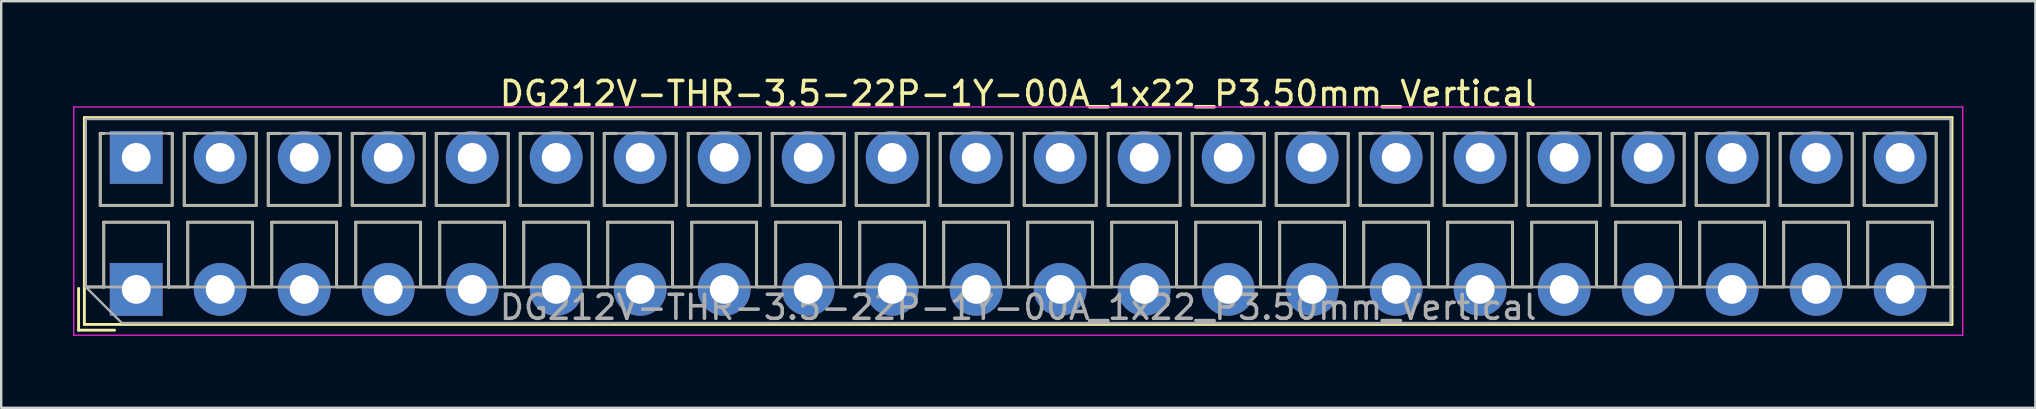
<source format=kicad_pcb>
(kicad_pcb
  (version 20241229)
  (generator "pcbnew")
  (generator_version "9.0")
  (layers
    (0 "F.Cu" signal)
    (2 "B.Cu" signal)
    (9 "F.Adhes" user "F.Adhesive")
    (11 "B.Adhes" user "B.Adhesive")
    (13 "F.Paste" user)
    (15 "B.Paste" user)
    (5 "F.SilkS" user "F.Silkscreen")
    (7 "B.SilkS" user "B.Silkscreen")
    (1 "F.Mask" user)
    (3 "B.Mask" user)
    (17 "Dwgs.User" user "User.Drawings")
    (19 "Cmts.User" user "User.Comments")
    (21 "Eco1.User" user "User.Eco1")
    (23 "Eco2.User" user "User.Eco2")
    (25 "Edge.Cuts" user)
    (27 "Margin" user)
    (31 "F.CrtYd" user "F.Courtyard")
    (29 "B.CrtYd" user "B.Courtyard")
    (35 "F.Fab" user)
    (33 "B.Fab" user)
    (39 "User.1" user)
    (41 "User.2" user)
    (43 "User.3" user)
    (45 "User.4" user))
  (footprint "DG212V-THR-3.5-22P-1Y-00A_1x22_P3.50mm_Vertical"
    (layer "F.Cu")
    (at 2.625 9.008)
    (property "Reference" "DG212V-THR-3.5-22P-1Y-00A_1x22_P3.50mm_Vertical" (at 36.75 -8.16 0) (layer "F.SilkS") (effects (font (size 1 1) (thickness 0.15))))
    (attr through_hole)
    (fp_line (start -2.4 -0.04) (end -2.4 1.7) (stroke (width 0.12) (type solid)) (layer "F.SilkS"))
    (fp_line (start -2.4 1.7) (end -0.9 1.7) (stroke (width 0.12) (type solid)) (layer "F.SilkS"))
    (fp_line (start -2.16 -7.16) (end -2.16 1.46) (stroke (width 0.12) (type solid)) (layer "F.SilkS"))
    (fp_line (start -2.16 -7.16) (end 75.661 -7.16) (stroke (width 0.12) (type solid)) (layer "F.SilkS"))
    (fp_line (start -2.16 -0.1) (end -1.34 -0.1) (stroke (width 0.12) (type solid)) (layer "F.SilkS"))
    (fp_line (start -2.16 1.46) (end 75.661 1.46) (stroke (width 0.12) (type solid)) (layer "F.SilkS"))
    (fp_line (start -1.5 -6.5) (end -1.5 -3.5) (stroke (width 0.12) (type solid)) (layer "F.SilkS"))
    (fp_line (start -1.5 -6.5) (end -1.34 -6.5) (stroke (width 0.12) (type solid)) (layer "F.SilkS"))
    (fp_line (start -1.5 -3.5) (end 1.5 -3.5) (stroke (width 0.12) (type solid)) (layer "F.SilkS"))
    (fp_line (start -1.35 -2.8) (end -1.35 -0.1) (stroke (width 0.12) (type solid)) (layer "F.SilkS"))
    (fp_line (start -1.35 -2.8) (end 1.35 -2.8) (stroke (width 0.12) (type solid)) (layer "F.SilkS"))
    (fp_line (start -1.35 -0.1) (end -1.34 -0.1) (stroke (width 0.12) (type solid)) (layer "F.SilkS"))
    (fp_line (start 1.34 -6.5) (end 1.5 -6.5) (stroke (width 0.12) (type solid)) (layer "F.SilkS"))
    (fp_line (start 1.34 -0.1) (end 1.35 -0.1) (stroke (width 0.12) (type solid)) (layer "F.SilkS"))
    (fp_line (start 1.34 -0.1) (end 2.148 -0.1) (stroke (width 0.12) (type solid)) (layer "F.SilkS"))
    (fp_line (start 1.35 -2.8) (end 1.35 -0.1) (stroke (width 0.12) (type solid)) (layer "F.SilkS"))
    (fp_line (start 1.5 -6.5) (end 1.5 -3.5) (stroke (width 0.12) (type solid)) (layer "F.SilkS"))
    (fp_line (start 2 -6.5) (end 2 -3.5) (stroke (width 0.12) (type solid)) (layer "F.SilkS"))
    (fp_line (start 2 -6.5) (end 2.512 -6.5) (stroke (width 0.12) (type solid)) (layer "F.SilkS"))
    (fp_line (start 2 -3.5) (end 5 -3.5) (stroke (width 0.12) (type solid)) (layer "F.SilkS"))
    (fp_line (start 2.15 -2.8) (end 2.15 -0.183) (stroke (width 0.12) (type solid)) (layer "F.SilkS"))
    (fp_line (start 2.15 -2.8) (end 4.85 -2.8) (stroke (width 0.12) (type solid)) (layer "F.SilkS"))
    (fp_line (start 4.489 -6.5) (end 5 -6.5) (stroke (width 0.12) (type solid)) (layer "F.SilkS"))
    (fp_line (start 4.85 -2.8) (end 4.85 -0.183) (stroke (width 0.12) (type solid)) (layer "F.SilkS"))
    (fp_line (start 4.853 -0.1) (end 5.648 -0.1) (stroke (width 0.12) (type solid)) (layer "F.SilkS"))
    (fp_line (start 5 -6.5) (end 5 -3.5) (stroke (width 0.12) (type solid)) (layer "F.SilkS"))
    (fp_line (start 5.5 -6.5) (end 5.5 -3.5) (stroke (width 0.12) (type solid)) (layer "F.SilkS"))
    (fp_line (start 5.5 -6.5) (end 6.012 -6.5) (stroke (width 0.12) (type solid)) (layer "F.SilkS"))
    (fp_line (start 5.5 -3.5) (end 8.5 -3.5) (stroke (width 0.12) (type solid)) (layer "F.SilkS"))
    (fp_line (start 5.65 -2.8) (end 5.65 -0.183) (stroke (width 0.12) (type solid)) (layer "F.SilkS"))
    (fp_line (start 5.65 -2.8) (end 8.351 -2.8) (stroke (width 0.12) (type solid)) (layer "F.SilkS"))
    (fp_line (start 7.989 -6.5) (end 8.5 -6.5) (stroke (width 0.12) (type solid)) (layer "F.SilkS"))
    (fp_line (start 8.351 -2.8) (end 8.351 -0.183) (stroke (width 0.12) (type solid)) (layer "F.SilkS"))
    (fp_line (start 8.353 -0.1) (end 9.148 -0.1) (stroke (width 0.12) (type solid)) (layer "F.SilkS"))
    (fp_line (start 8.5 -6.5) (end 8.5 -3.5) (stroke (width 0.12) (type solid)) (layer "F.SilkS"))
    (fp_line (start 9 -6.5) (end 9 -3.5) (stroke (width 0.12) (type solid)) (layer "F.SilkS"))
    (fp_line (start 9 -6.5) (end 9.512 -6.5) (stroke (width 0.12) (type solid)) (layer "F.SilkS"))
    (fp_line (start 9 -3.5) (end 12 -3.5) (stroke (width 0.12) (type solid)) (layer "F.SilkS"))
    (fp_line (start 9.15 -2.8) (end 9.15 -0.183) (stroke (width 0.12) (type solid)) (layer "F.SilkS"))
    (fp_line (start 9.15 -2.8) (end 11.851 -2.8) (stroke (width 0.12) (type solid)) (layer "F.SilkS"))
    (fp_line (start 11.489 -6.5) (end 12 -6.5) (stroke (width 0.12) (type solid)) (layer "F.SilkS"))
    (fp_line (start 11.851 -2.8) (end 11.851 -0.183) (stroke (width 0.12) (type solid)) (layer "F.SilkS"))
    (fp_line (start 11.853 -0.1) (end 12.648 -0.1) (stroke (width 0.12) (type solid)) (layer "F.SilkS"))
    (fp_line (start 12 -6.5) (end 12 -3.5) (stroke (width 0.12) (type solid)) (layer "F.SilkS"))
    (fp_line (start 12.5 -6.5) (end 12.5 -3.5) (stroke (width 0.12) (type solid)) (layer "F.SilkS"))
    (fp_line (start 12.5 -6.5) (end 13.012 -6.5) (stroke (width 0.12) (type solid)) (layer "F.SilkS"))
    (fp_line (start 12.5 -3.5) (end 15.5 -3.5) (stroke (width 0.12) (type solid)) (layer "F.SilkS"))
    (fp_line (start 12.65 -2.8) (end 12.65 -0.183) (stroke (width 0.12) (type solid)) (layer "F.SilkS"))
    (fp_line (start 12.65 -2.8) (end 15.351 -2.8) (stroke (width 0.12) (type solid)) (layer "F.SilkS"))
    (fp_line (start 14.989 -6.5) (end 15.5 -6.5) (stroke (width 0.12) (type solid)) (layer "F.SilkS"))
    (fp_line (start 15.351 -2.8) (end 15.351 -0.183) (stroke (width 0.12) (type solid)) (layer "F.SilkS"))
    (fp_line (start 15.353 -0.1) (end 16.148 -0.1) (stroke (width 0.12) (type solid)) (layer "F.SilkS"))
    (fp_line (start 15.5 -6.5) (end 15.5 -3.5) (stroke (width 0.12) (type solid)) (layer "F.SilkS"))
    (fp_line (start 16 -6.5) (end 16 -3.5) (stroke (width 0.12) (type solid)) (layer "F.SilkS"))
    (fp_line (start 16 -6.5) (end 16.512 -6.5) (stroke (width 0.12) (type solid)) (layer "F.SilkS"))
    (fp_line (start 16 -3.5) (end 19 -3.5) (stroke (width 0.12) (type solid)) (layer "F.SilkS"))
    (fp_line (start 16.15 -2.8) (end 16.15 -0.183) (stroke (width 0.12) (type solid)) (layer "F.SilkS"))
    (fp_line (start 16.15 -2.8) (end 18.85 -2.8) (stroke (width 0.12) (type solid)) (layer "F.SilkS"))
    (fp_line (start 18.489 -6.5) (end 19 -6.5) (stroke (width 0.12) (type solid)) (layer "F.SilkS"))
    (fp_line (start 18.85 -2.8) (end 18.85 -0.183) (stroke (width 0.12) (type solid)) (layer "F.SilkS"))
    (fp_line (start 18.853 -0.1) (end 19.648 -0.1) (stroke (width 0.12) (type solid)) (layer "F.SilkS"))
    (fp_line (start 19 -6.5) (end 19 -3.5) (stroke (width 0.12) (type solid)) (layer "F.SilkS"))
    (fp_line (start 19.5 -6.5) (end 19.5 -3.5) (stroke (width 0.12) (type solid)) (layer "F.SilkS"))
    (fp_line (start 19.5 -6.5) (end 20.012 -6.5) (stroke (width 0.12) (type solid)) (layer "F.SilkS"))
    (fp_line (start 19.5 -3.5) (end 22.5 -3.5) (stroke (width 0.12) (type solid)) (layer "F.SilkS"))
    (fp_line (start 19.65 -2.8) (end 19.65 -0.183) (stroke (width 0.12) (type solid)) (layer "F.SilkS"))
    (fp_line (start 19.65 -2.8) (end 22.35 -2.8) (stroke (width 0.12) (type solid)) (layer "F.SilkS"))
    (fp_line (start 21.989 -6.5) (end 22.5 -6.5) (stroke (width 0.12) (type solid)) (layer "F.SilkS"))
    (fp_line (start 22.35 -2.8) (end 22.35 -0.183) (stroke (width 0.12) (type solid)) (layer "F.SilkS"))
    (fp_line (start 22.353 -0.1) (end 23.148 -0.1) (stroke (width 0.12) (type solid)) (layer "F.SilkS"))
    (fp_line (start 22.5 -6.5) (end 22.5 -3.5) (stroke (width 0.12) (type solid)) (layer "F.SilkS"))
    (fp_line (start 23 -6.5) (end 23 -3.5) (stroke (width 0.12) (type solid)) (layer "F.SilkS"))
    (fp_line (start 23 -6.5) (end 23.512 -6.5) (stroke (width 0.12) (type solid)) (layer "F.SilkS"))
    (fp_line (start 23 -3.5) (end 26 -3.5) (stroke (width 0.12) (type solid)) (layer "F.SilkS"))
    (fp_line (start 23.15 -2.8) (end 23.15 -0.183) (stroke (width 0.12) (type solid)) (layer "F.SilkS"))
    (fp_line (start 23.15 -2.8) (end 25.85 -2.8) (stroke (width 0.12) (type solid)) (layer "F.SilkS"))
    (fp_line (start 25.489 -6.5) (end 26 -6.5) (stroke (width 0.12) (type solid)) (layer "F.SilkS"))
    (fp_line (start 25.85 -2.8) (end 25.85 -0.183) (stroke (width 0.12) (type solid)) (layer "F.SilkS"))
    (fp_line (start 25.853 -0.1) (end 26.648 -0.1) (stroke (width 0.12) (type solid)) (layer "F.SilkS"))
    (fp_line (start 26 -6.5) (end 26 -3.5) (stroke (width 0.12) (type solid)) (layer "F.SilkS"))
    (fp_line (start 26.5 -6.5) (end 26.5 -3.5) (stroke (width 0.12) (type solid)) (layer "F.SilkS"))
    (fp_line (start 26.5 -6.5) (end 27.012 -6.5) (stroke (width 0.12) (type solid)) (layer "F.SilkS"))
    (fp_line (start 26.5 -3.5) (end 29.5 -3.5) (stroke (width 0.12) (type solid)) (layer "F.SilkS"))
    (fp_line (start 26.65 -2.8) (end 26.65 -0.183) (stroke (width 0.12) (type solid)) (layer "F.SilkS"))
    (fp_line (start 26.65 -2.8) (end 29.35 -2.8) (stroke (width 0.12) (type solid)) (layer "F.SilkS"))
    (fp_line (start 28.989 -6.5) (end 29.5 -6.5) (stroke (width 0.12) (type solid)) (layer "F.SilkS"))
    (fp_line (start 29.35 -2.8) (end 29.35 -0.183) (stroke (width 0.12) (type solid)) (layer "F.SilkS"))
    (fp_line (start 29.353 -0.1) (end 30.148 -0.1) (stroke (width 0.12) (type solid)) (layer "F.SilkS"))
    (fp_line (start 29.5 -6.5) (end 29.5 -3.5) (stroke (width 0.12) (type solid)) (layer "F.SilkS"))
    (fp_line (start 30 -6.5) (end 30 -3.5) (stroke (width 0.12) (type solid)) (layer "F.SilkS"))
    (fp_line (start 30 -6.5) (end 30.512 -6.5) (stroke (width 0.12) (type solid)) (layer "F.SilkS"))
    (fp_line (start 30 -3.5) (end 33 -3.5) (stroke (width 0.12) (type solid)) (layer "F.SilkS"))
    (fp_line (start 30.15 -2.8) (end 30.15 -0.183) (stroke (width 0.12) (type solid)) (layer "F.SilkS"))
    (fp_line (start 30.15 -2.8) (end 32.85 -2.8) (stroke (width 0.12) (type solid)) (layer "F.SilkS"))
    (fp_line (start 32.489 -6.5) (end 33 -6.5) (stroke (width 0.12) (type solid)) (layer "F.SilkS"))
    (fp_line (start 32.85 -2.8) (end 32.85 -0.183) (stroke (width 0.12) (type solid)) (layer "F.SilkS"))
    (fp_line (start 32.853 -0.1) (end 33.648 -0.1) (stroke (width 0.12) (type solid)) (layer "F.SilkS"))
    (fp_line (start 33 -6.5) (end 33 -3.5) (stroke (width 0.12) (type solid)) (layer "F.SilkS"))
    (fp_line (start 33.5 -6.5) (end 33.5 -3.5) (stroke (width 0.12) (type solid)) (layer "F.SilkS"))
    (fp_line (start 33.5 -6.5) (end 34.012 -6.5) (stroke (width 0.12) (type solid)) (layer "F.SilkS"))
    (fp_line (start 33.5 -3.5) (end 36.5 -3.5) (stroke (width 0.12) (type solid)) (layer "F.SilkS"))
    (fp_line (start 33.65 -2.8) (end 33.65 -0.183) (stroke (width 0.12) (type solid)) (layer "F.SilkS"))
    (fp_line (start 33.65 -2.8) (end 36.35 -2.8) (stroke (width 0.12) (type solid)) (layer "F.SilkS"))
    (fp_line (start 35.989 -6.5) (end 36.5 -6.5) (stroke (width 0.12) (type solid)) (layer "F.SilkS"))
    (fp_line (start 36.35 -2.8) (end 36.35 -0.183) (stroke (width 0.12) (type solid)) (layer "F.SilkS"))
    (fp_line (start 36.353 -0.1) (end 37.148 -0.1) (stroke (width 0.12) (type solid)) (layer "F.SilkS"))
    (fp_line (start 36.5 -6.5) (end 36.5 -3.5) (stroke (width 0.12) (type solid)) (layer "F.SilkS"))
    (fp_line (start 37 -6.5) (end 37 -3.5) (stroke (width 0.12) (type solid)) (layer "F.SilkS"))
    (fp_line (start 37 -6.5) (end 37.512 -6.5) (stroke (width 0.12) (type solid)) (layer "F.SilkS"))
    (fp_line (start 37 -3.5) (end 40 -3.5) (stroke (width 0.12) (type solid)) (layer "F.SilkS"))
    (fp_line (start 37.15 -2.8) (end 37.15 -0.183) (stroke (width 0.12) (type solid)) (layer "F.SilkS"))
    (fp_line (start 37.15 -2.8) (end 39.85 -2.8) (stroke (width 0.12) (type solid)) (layer "F.SilkS"))
    (fp_line (start 39.489 -6.5) (end 40 -6.5) (stroke (width 0.12) (type solid)) (layer "F.SilkS"))
    (fp_line (start 39.85 -2.8) (end 39.85 -0.183) (stroke (width 0.12) (type solid)) (layer "F.SilkS"))
    (fp_line (start 39.853 -0.1) (end 40.648 -0.1) (stroke (width 0.12) (type solid)) (layer "F.SilkS"))
    (fp_line (start 40 -6.5) (end 40 -3.5) (stroke (width 0.12) (type solid)) (layer "F.SilkS"))
    (fp_line (start 40.5 -6.5) (end 40.5 -3.5) (stroke (width 0.12) (type solid)) (layer "F.SilkS"))
    (fp_line (start 40.5 -6.5) (end 41.012 -6.5) (stroke (width 0.12) (type solid)) (layer "F.SilkS"))
    (fp_line (start 40.5 -3.5) (end 43.5 -3.5) (stroke (width 0.12) (type solid)) (layer "F.SilkS"))
    (fp_line (start 40.65 -2.8) (end 40.65 -0.183) (stroke (width 0.12) (type solid)) (layer "F.SilkS"))
    (fp_line (start 40.65 -2.8) (end 43.35 -2.8) (stroke (width 0.12) (type solid)) (layer "F.SilkS"))
    (fp_line (start 42.989 -6.5) (end 43.5 -6.5) (stroke (width 0.12) (type solid)) (layer "F.SilkS"))
    (fp_line (start 43.35 -2.8) (end 43.35 -0.183) (stroke (width 0.12) (type solid)) (layer "F.SilkS"))
    (fp_line (start 43.353 -0.1) (end 44.148 -0.1) (stroke (width 0.12) (type solid)) (layer "F.SilkS"))
    (fp_line (start 43.5 -6.5) (end 43.5 -3.5) (stroke (width 0.12) (type solid)) (layer "F.SilkS"))
    (fp_line (start 44 -6.5) (end 44 -3.5) (stroke (width 0.12) (type solid)) (layer "F.SilkS"))
    (fp_line (start 44 -6.5) (end 44.512 -6.5) (stroke (width 0.12) (type solid)) (layer "F.SilkS"))
    (fp_line (start 44 -3.5) (end 47 -3.5) (stroke (width 0.12) (type solid)) (layer "F.SilkS"))
    (fp_line (start 44.15 -2.8) (end 44.15 -0.183) (stroke (width 0.12) (type solid)) (layer "F.SilkS"))
    (fp_line (start 44.15 -2.8) (end 46.85 -2.8) (stroke (width 0.12) (type solid)) (layer "F.SilkS"))
    (fp_line (start 46.489 -6.5) (end 47 -6.5) (stroke (width 0.12) (type solid)) (layer "F.SilkS"))
    (fp_line (start 46.85 -2.8) (end 46.85 -0.183) (stroke (width 0.12) (type solid)) (layer "F.SilkS"))
    (fp_line (start 46.853 -0.1) (end 47.648 -0.1) (stroke (width 0.12) (type solid)) (layer "F.SilkS"))
    (fp_line (start 47 -6.5) (end 47 -3.5) (stroke (width 0.12) (type solid)) (layer "F.SilkS"))
    (fp_line (start 47.5 -6.5) (end 47.5 -3.5) (stroke (width 0.12) (type solid)) (layer "F.SilkS"))
    (fp_line (start 47.5 -6.5) (end 48.012 -6.5) (stroke (width 0.12) (type solid)) (layer "F.SilkS"))
    (fp_line (start 47.5 -3.5) (end 50.5 -3.5) (stroke (width 0.12) (type solid)) (layer "F.SilkS"))
    (fp_line (start 47.65 -2.8) (end 47.65 -0.183) (stroke (width 0.12) (type solid)) (layer "F.SilkS"))
    (fp_line (start 47.65 -2.8) (end 50.35 -2.8) (stroke (width 0.12) (type solid)) (layer "F.SilkS"))
    (fp_line (start 49.989 -6.5) (end 50.5 -6.5) (stroke (width 0.12) (type solid)) (layer "F.SilkS"))
    (fp_line (start 50.35 -2.8) (end 50.35 -0.183) (stroke (width 0.12) (type solid)) (layer "F.SilkS"))
    (fp_line (start 50.353 -0.1) (end 51.148 -0.1) (stroke (width 0.12) (type solid)) (layer "F.SilkS"))
    (fp_line (start 50.5 -6.5) (end 50.5 -3.5) (stroke (width 0.12) (type solid)) (layer "F.SilkS"))
    (fp_line (start 51 -6.5) (end 51 -3.5) (stroke (width 0.12) (type solid)) (layer "F.SilkS"))
    (fp_line (start 51 -6.5) (end 51.512 -6.5) (stroke (width 0.12) (type solid)) (layer "F.SilkS"))
    (fp_line (start 51 -3.5) (end 54 -3.5) (stroke (width 0.12) (type solid)) (layer "F.SilkS"))
    (fp_line (start 51.15 -2.8) (end 51.15 -0.183) (stroke (width 0.12) (type solid)) (layer "F.SilkS"))
    (fp_line (start 51.15 -2.8) (end 53.85 -2.8) (stroke (width 0.12) (type solid)) (layer "F.SilkS"))
    (fp_line (start 53.489 -6.5) (end 54 -6.5) (stroke (width 0.12) (type solid)) (layer "F.SilkS"))
    (fp_line (start 53.85 -2.8) (end 53.85 -0.183) (stroke (width 0.12) (type solid)) (layer "F.SilkS"))
    (fp_line (start 53.853 -0.1) (end 54.648 -0.1) (stroke (width 0.12) (type solid)) (layer "F.SilkS"))
    (fp_line (start 54 -6.5) (end 54 -3.5) (stroke (width 0.12) (type solid)) (layer "F.SilkS"))
    (fp_line (start 54.5 -6.5) (end 54.5 -3.5) (stroke (width 0.12) (type solid)) (layer "F.SilkS"))
    (fp_line (start 54.5 -6.5) (end 55.012 -6.5) (stroke (width 0.12) (type solid)) (layer "F.SilkS"))
    (fp_line (start 54.5 -3.5) (end 57.5 -3.5) (stroke (width 0.12) (type solid)) (layer "F.SilkS"))
    (fp_line (start 54.65 -2.8) (end 54.65 -0.183) (stroke (width 0.12) (type solid)) (layer "F.SilkS"))
    (fp_line (start 54.65 -2.8) (end 57.35 -2.8) (stroke (width 0.12) (type solid)) (layer "F.SilkS"))
    (fp_line (start 56.989 -6.5) (end 57.5 -6.5) (stroke (width 0.12) (type solid)) (layer "F.SilkS"))
    (fp_line (start 57.35 -2.8) (end 57.35 -0.183) (stroke (width 0.12) (type solid)) (layer "F.SilkS"))
    (fp_line (start 57.353 -0.1) (end 58.148 -0.1) (stroke (width 0.12) (type solid)) (layer "F.SilkS"))
    (fp_line (start 57.5 -6.5) (end 57.5 -3.5) (stroke (width 0.12) (type solid)) (layer "F.SilkS"))
    (fp_line (start 58 -6.5) (end 58 -3.5) (stroke (width 0.12) (type solid)) (layer "F.SilkS"))
    (fp_line (start 58 -6.5) (end 58.512 -6.5) (stroke (width 0.12) (type solid)) (layer "F.SilkS"))
    (fp_line (start 58 -3.5) (end 61 -3.5) (stroke (width 0.12) (type solid)) (layer "F.SilkS"))
    (fp_line (start 58.15 -2.8) (end 58.15 -0.183) (stroke (width 0.12) (type solid)) (layer "F.SilkS"))
    (fp_line (start 58.15 -2.8) (end 60.85 -2.8) (stroke (width 0.12) (type solid)) (layer "F.SilkS"))
    (fp_line (start 60.489 -6.5) (end 61 -6.5) (stroke (width 0.12) (type solid)) (layer "F.SilkS"))
    (fp_line (start 60.85 -2.8) (end 60.85 -0.183) (stroke (width 0.12) (type solid)) (layer "F.SilkS"))
    (fp_line (start 60.853 -0.1) (end 61.648 -0.1) (stroke (width 0.12) (type solid)) (layer "F.SilkS"))
    (fp_line (start 61 -6.5) (end 61 -3.5) (stroke (width 0.12) (type solid)) (layer "F.SilkS"))
    (fp_line (start 61.5 -6.5) (end 61.5 -3.5) (stroke (width 0.12) (type solid)) (layer "F.SilkS"))
    (fp_line (start 61.5 -6.5) (end 62.012 -6.5) (stroke (width 0.12) (type solid)) (layer "F.SilkS"))
    (fp_line (start 61.5 -3.5) (end 64.5 -3.5) (stroke (width 0.12) (type solid)) (layer "F.SilkS"))
    (fp_line (start 61.65 -2.8) (end 61.65 -0.183) (stroke (width 0.12) (type solid)) (layer "F.SilkS"))
    (fp_line (start 61.65 -2.8) (end 64.35 -2.8) (stroke (width 0.12) (type solid)) (layer "F.SilkS"))
    (fp_line (start 63.989 -6.5) (end 64.5 -6.5) (stroke (width 0.12) (type solid)) (layer "F.SilkS"))
    (fp_line (start 64.35 -2.8) (end 64.35 -0.183) (stroke (width 0.12) (type solid)) (layer "F.SilkS"))
    (fp_line (start 64.353 -0.1) (end 65.148 -0.1) (stroke (width 0.12) (type solid)) (layer "F.SilkS"))
    (fp_line (start 64.5 -6.5) (end 64.5 -3.5) (stroke (width 0.12) (type solid)) (layer "F.SilkS"))
    (fp_line (start 65 -6.5) (end 65 -3.5) (stroke (width 0.12) (type solid)) (layer "F.SilkS"))
    (fp_line (start 65 -6.5) (end 65.512 -6.5) (stroke (width 0.12) (type solid)) (layer "F.SilkS"))
    (fp_line (start 65 -3.5) (end 68 -3.5) (stroke (width 0.12) (type solid)) (layer "F.SilkS"))
    (fp_line (start 65.151 -2.8) (end 65.151 -0.183) (stroke (width 0.12) (type solid)) (layer "F.SilkS"))
    (fp_line (start 65.151 -2.8) (end 67.85 -2.8) (stroke (width 0.12) (type solid)) (layer "F.SilkS"))
    (fp_line (start 67.489 -6.5) (end 68 -6.5) (stroke (width 0.12) (type solid)) (layer "F.SilkS"))
    (fp_line (start 67.85 -2.8) (end 67.85 -0.183) (stroke (width 0.12) (type solid)) (layer "F.SilkS"))
    (fp_line (start 67.853 -0.1) (end 68.648 -0.1) (stroke (width 0.12) (type solid)) (layer "F.SilkS"))
    (fp_line (start 68 -6.5) (end 68 -3.5) (stroke (width 0.12) (type solid)) (layer "F.SilkS"))
    (fp_line (start 68.5 -6.5) (end 68.5 -3.5) (stroke (width 0.12) (type solid)) (layer "F.SilkS"))
    (fp_line (start 68.5 -6.5) (end 69.012 -6.5) (stroke (width 0.12) (type solid)) (layer "F.SilkS"))
    (fp_line (start 68.5 -3.5) (end 71.5 -3.5) (stroke (width 0.12) (type solid)) (layer "F.SilkS"))
    (fp_line (start 68.65 -2.8) (end 68.65 -0.183) (stroke (width 0.12) (type solid)) (layer "F.SilkS"))
    (fp_line (start 68.65 -2.8) (end 71.35 -2.8) (stroke (width 0.12) (type solid)) (layer "F.SilkS"))
    (fp_line (start 70.989 -6.5) (end 71.5 -6.5) (stroke (width 0.12) (type solid)) (layer "F.SilkS"))
    (fp_line (start 71.35 -2.8) (end 71.35 -0.183) (stroke (width 0.12) (type solid)) (layer "F.SilkS"))
    (fp_line (start 71.353 -0.1) (end 72.148 -0.1) (stroke (width 0.12) (type solid)) (layer "F.SilkS"))
    (fp_line (start 71.5 -6.5) (end 71.5 -3.5) (stroke (width 0.12) (type solid)) (layer "F.SilkS"))
    (fp_line (start 72 -6.5) (end 72 -3.5) (stroke (width 0.12) (type solid)) (layer "F.SilkS"))
    (fp_line (start 72 -6.5) (end 72.512 -6.5) (stroke (width 0.12) (type solid)) (layer "F.SilkS"))
    (fp_line (start 72 -3.5) (end 75 -3.5) (stroke (width 0.12) (type solid)) (layer "F.SilkS"))
    (fp_line (start 72.15 -2.8) (end 72.15 -0.183) (stroke (width 0.12) (type solid)) (layer "F.SilkS"))
    (fp_line (start 72.15 -2.8) (end 74.85 -2.8) (stroke (width 0.12) (type solid)) (layer "F.SilkS"))
    (fp_line (start 74.489 -6.5) (end 75 -6.5) (stroke (width 0.12) (type solid)) (layer "F.SilkS"))
    (fp_line (start 74.85 -2.8) (end 74.85 -0.183) (stroke (width 0.12) (type solid)) (layer "F.SilkS"))
    (fp_line (start 74.853 -0.1) (end 75.661 -0.1) (stroke (width 0.12) (type solid)) (layer "F.SilkS"))
    (fp_line (start 75 -6.5) (end 75 -3.5) (stroke (width 0.12) (type solid)) (layer "F.SilkS"))
    (fp_line (start 75.661 -7.16) (end 75.661 1.46) (stroke (width 0.12) (type solid)) (layer "F.SilkS"))
    (fp_line (start -2.6 -7.6) (end -2.6 1.91) (stroke (width 0.05) (type solid)) (layer "F.CrtYd"))
    (fp_line (start -2.6 1.91) (end 76.11 1.91) (stroke (width 0.05) (type solid)) (layer "F.CrtYd"))
    (fp_line (start 76.11 -7.6) (end -2.6 -7.6) (stroke (width 0.05) (type solid)) (layer "F.CrtYd"))
    (fp_line (start 76.11 1.91) (end 76.11 -7.6) (stroke (width 0.05) (type solid)) (layer "F.CrtYd"))
    (fp_line (start -2.1 -7.1) (end 75.6 -7.1) (stroke (width 0.1) (type solid)) (layer "F.Fab"))
    (fp_line (start -2.1 -0.1) (end -2.1 -7.1) (stroke (width 0.1) (type solid)) (layer "F.Fab"))
    (fp_line (start -2.1 -0.1) (end 75.6 -0.1) (stroke (width 0.1) (type solid)) (layer "F.Fab"))
    (fp_line (start -1.5 -6.5) (end -1.5 -3.5) (stroke (width 0.1) (type solid)) (layer "F.Fab"))
    (fp_line (start -1.5 -3.5) (end 1.5 -3.5) (stroke (width 0.1) (type solid)) (layer "F.Fab"))
    (fp_line (start -1.35 -2.8) (end -1.35 -0.1) (stroke (width 0.1) (type solid)) (layer "F.Fab"))
    (fp_line (start -1.35 -0.1) (end 1.35 -0.1) (stroke (width 0.1) (type solid)) (layer "F.Fab"))
    (fp_line (start -0.6 1.4) (end -2.1 -0.1) (stroke (width 0.1) (type solid)) (layer "F.Fab"))
    (fp_line (start 1.35 -2.8) (end -1.35 -2.8) (stroke (width 0.1) (type solid)) (layer "F.Fab"))
    (fp_line (start 1.35 -0.1) (end 1.35 -2.8) (stroke (width 0.1) (type solid)) (layer "F.Fab"))
    (fp_line (start 1.5 -6.5) (end -1.5 -6.5) (stroke (width 0.1) (type solid)) (layer "F.Fab"))
    (fp_line (start 1.5 -3.5) (end 1.5 -6.5) (stroke (width 0.1) (type solid)) (layer "F.Fab"))
    (fp_line (start 2 -6.5) (end 2 -3.5) (stroke (width 0.1) (type solid)) (layer "F.Fab"))
    (fp_line (start 2 -3.5) (end 5 -3.5) (stroke (width 0.1) (type solid)) (layer "F.Fab"))
    (fp_line (start 2.15 -2.8) (end 2.15 -0.1) (stroke (width 0.1) (type solid)) (layer "F.Fab"))
    (fp_line (start 2.15 -0.1) (end 4.85 -0.1) (stroke (width 0.1) (type solid)) (layer "F.Fab"))
    (fp_line (start 4.85 -2.8) (end 2.15 -2.8) (stroke (width 0.1) (type solid)) (layer "F.Fab"))
    (fp_line (start 4.85 -0.1) (end 4.85 -2.8) (stroke (width 0.1) (type solid)) (layer "F.Fab"))
    (fp_line (start 5 -6.5) (end 2 -6.5) (stroke (width 0.1) (type solid)) (layer "F.Fab"))
    (fp_line (start 5 -3.5) (end 5 -6.5) (stroke (width 0.1) (type solid)) (layer "F.Fab"))
    (fp_line (start 5.5 -6.5) (end 5.5 -3.5) (stroke (width 0.1) (type solid)) (layer "F.Fab"))
    (fp_line (start 5.5 -3.5) (end 8.5 -3.5) (stroke (width 0.1) (type solid)) (layer "F.Fab"))
    (fp_line (start 5.65 -2.8) (end 5.65 -0.1) (stroke (width 0.1) (type solid)) (layer "F.Fab"))
    (fp_line (start 5.65 -0.1) (end 8.351 -0.1) (stroke (width 0.1) (type solid)) (layer "F.Fab"))
    (fp_line (start 8.351 -2.8) (end 5.65 -2.8) (stroke (width 0.1) (type solid)) (layer "F.Fab"))
    (fp_line (start 8.351 -0.1) (end 8.351 -2.8) (stroke (width 0.1) (type solid)) (layer "F.Fab"))
    (fp_line (start 8.5 -6.5) (end 5.5 -6.5) (stroke (width 0.1) (type solid)) (layer "F.Fab"))
    (fp_line (start 8.5 -3.5) (end 8.5 -6.5) (stroke (width 0.1) (type solid)) (layer "F.Fab"))
    (fp_line (start 9 -6.5) (end 9 -3.5) (stroke (width 0.1) (type solid)) (layer "F.Fab"))
    (fp_line (start 9 -3.5) (end 12 -3.5) (stroke (width 0.1) (type solid)) (layer "F.Fab"))
    (fp_line (start 9.15 -2.8) (end 9.15 -0.1) (stroke (width 0.1) (type solid)) (layer "F.Fab"))
    (fp_line (start 9.15 -0.1) (end 11.851 -0.1) (stroke (width 0.1) (type solid)) (layer "F.Fab"))
    (fp_line (start 11.851 -2.8) (end 9.15 -2.8) (stroke (width 0.1) (type solid)) (layer "F.Fab"))
    (fp_line (start 11.851 -0.1) (end 11.851 -2.8) (stroke (width 0.1) (type solid)) (layer "F.Fab"))
    (fp_line (start 12 -6.5) (end 9 -6.5) (stroke (width 0.1) (type solid)) (layer "F.Fab"))
    (fp_line (start 12 -3.5) (end 12 -6.5) (stroke (width 0.1) (type solid)) (layer "F.Fab"))
    (fp_line (start 12.5 -6.5) (end 12.5 -3.5) (stroke (width 0.1) (type solid)) (layer "F.Fab"))
    (fp_line (start 12.5 -3.5) (end 15.5 -3.5) (stroke (width 0.1) (type solid)) (layer "F.Fab"))
    (fp_line (start 12.65 -2.8) (end 12.65 -0.1) (stroke (width 0.1) (type solid)) (layer "F.Fab"))
    (fp_line (start 12.65 -0.1) (end 15.351 -0.1) (stroke (width 0.1) (type solid)) (layer "F.Fab"))
    (fp_line (start 15.351 -2.8) (end 12.65 -2.8) (stroke (width 0.1) (type solid)) (layer "F.Fab"))
    (fp_line (start 15.351 -0.1) (end 15.351 -2.8) (stroke (width 0.1) (type solid)) (layer "F.Fab"))
    (fp_line (start 15.5 -6.5) (end 12.5 -6.5) (stroke (width 0.1) (type solid)) (layer "F.Fab"))
    (fp_line (start 15.5 -3.5) (end 15.5 -6.5) (stroke (width 0.1) (type solid)) (layer "F.Fab"))
    (fp_line (start 16 -6.5) (end 16 -3.5) (stroke (width 0.1) (type solid)) (layer "F.Fab"))
    (fp_line (start 16 -3.5) (end 19 -3.5) (stroke (width 0.1) (type solid)) (layer "F.Fab"))
    (fp_line (start 16.15 -2.8) (end 16.15 -0.1) (stroke (width 0.1) (type solid)) (layer "F.Fab"))
    (fp_line (start 16.15 -0.1) (end 18.85 -0.1) (stroke (width 0.1) (type solid)) (layer "F.Fab"))
    (fp_line (start 18.85 -2.8) (end 16.15 -2.8) (stroke (width 0.1) (type solid)) (layer "F.Fab"))
    (fp_line (start 18.85 -0.1) (end 18.85 -2.8) (stroke (width 0.1) (type solid)) (layer "F.Fab"))
    (fp_line (start 19 -6.5) (end 16 -6.5) (stroke (width 0.1) (type solid)) (layer "F.Fab"))
    (fp_line (start 19 -3.5) (end 19 -6.5) (stroke (width 0.1) (type solid)) (layer "F.Fab"))
    (fp_line (start 19.5 -6.5) (end 19.5 -3.5) (stroke (width 0.1) (type solid)) (layer "F.Fab"))
    (fp_line (start 19.5 -3.5) (end 22.5 -3.5) (stroke (width 0.1) (type solid)) (layer "F.Fab"))
    (fp_line (start 19.65 -2.8) (end 19.65 -0.1) (stroke (width 0.1) (type solid)) (layer "F.Fab"))
    (fp_line (start 19.65 -0.1) (end 22.35 -0.1) (stroke (width 0.1) (type solid)) (layer "F.Fab"))
    (fp_line (start 22.35 -2.8) (end 19.65 -2.8) (stroke (width 0.1) (type solid)) (layer "F.Fab"))
    (fp_line (start 22.35 -0.1) (end 22.35 -2.8) (stroke (width 0.1) (type solid)) (layer "F.Fab"))
    (fp_line (start 22.5 -6.5) (end 19.5 -6.5) (stroke (width 0.1) (type solid)) (layer "F.Fab"))
    (fp_line (start 22.5 -3.5) (end 22.5 -6.5) (stroke (width 0.1) (type solid)) (layer "F.Fab"))
    (fp_line (start 23 -6.5) (end 23 -3.5) (stroke (width 0.1) (type solid)) (layer "F.Fab"))
    (fp_line (start 23 -3.5) (end 26 -3.5) (stroke (width 0.1) (type solid)) (layer "F.Fab"))
    (fp_line (start 23.15 -2.8) (end 23.15 -0.1) (stroke (width 0.1) (type solid)) (layer "F.Fab"))
    (fp_line (start 23.15 -0.1) (end 25.85 -0.1) (stroke (width 0.1) (type solid)) (layer "F.Fab"))
    (fp_line (start 25.85 -2.8) (end 23.15 -2.8) (stroke (width 0.1) (type solid)) (layer "F.Fab"))
    (fp_line (start 25.85 -0.1) (end 25.85 -2.8) (stroke (width 0.1) (type solid)) (layer "F.Fab"))
    (fp_line (start 26 -6.5) (end 23 -6.5) (stroke (width 0.1) (type solid)) (layer "F.Fab"))
    (fp_line (start 26 -3.5) (end 26 -6.5) (stroke (width 0.1) (type solid)) (layer "F.Fab"))
    (fp_line (start 26.5 -6.5) (end 26.5 -3.5) (stroke (width 0.1) (type solid)) (layer "F.Fab"))
    (fp_line (start 26.5 -3.5) (end 29.5 -3.5) (stroke (width 0.1) (type solid)) (layer "F.Fab"))
    (fp_line (start 26.65 -2.8) (end 26.65 -0.1) (stroke (width 0.1) (type solid)) (layer "F.Fab"))
    (fp_line (start 26.65 -0.1) (end 29.35 -0.1) (stroke (width 0.1) (type solid)) (layer "F.Fab"))
    (fp_line (start 29.35 -2.8) (end 26.65 -2.8) (stroke (width 0.1) (type solid)) (layer "F.Fab"))
    (fp_line (start 29.35 -0.1) (end 29.35 -2.8) (stroke (width 0.1) (type solid)) (layer "F.Fab"))
    (fp_line (start 29.5 -6.5) (end 26.5 -6.5) (stroke (width 0.1) (type solid)) (layer "F.Fab"))
    (fp_line (start 29.5 -3.5) (end 29.5 -6.5) (stroke (width 0.1) (type solid)) (layer "F.Fab"))
    (fp_line (start 30 -6.5) (end 30 -3.5) (stroke (width 0.1) (type solid)) (layer "F.Fab"))
    (fp_line (start 30 -3.5) (end 33 -3.5) (stroke (width 0.1) (type solid)) (layer "F.Fab"))
    (fp_line (start 30.15 -2.8) (end 30.15 -0.1) (stroke (width 0.1) (type solid)) (layer "F.Fab"))
    (fp_line (start 30.15 -0.1) (end 32.85 -0.1) (stroke (width 0.1) (type solid)) (layer "F.Fab"))
    (fp_line (start 32.85 -2.8) (end 30.15 -2.8) (stroke (width 0.1) (type solid)) (layer "F.Fab"))
    (fp_line (start 32.85 -0.1) (end 32.85 -2.8) (stroke (width 0.1) (type solid)) (layer "F.Fab"))
    (fp_line (start 33 -6.5) (end 30 -6.5) (stroke (width 0.1) (type solid)) (layer "F.Fab"))
    (fp_line (start 33 -3.5) (end 33 -6.5) (stroke (width 0.1) (type solid)) (layer "F.Fab"))
    (fp_line (start 33.5 -6.5) (end 33.5 -3.5) (stroke (width 0.1) (type solid)) (layer "F.Fab"))
    (fp_line (start 33.5 -3.5) (end 36.5 -3.5) (stroke (width 0.1) (type solid)) (layer "F.Fab"))
    (fp_line (start 33.65 -2.8) (end 33.65 -0.1) (stroke (width 0.1) (type solid)) (layer "F.Fab"))
    (fp_line (start 33.65 -0.1) (end 36.35 -0.1) (stroke (width 0.1) (type solid)) (layer "F.Fab"))
    (fp_line (start 36.35 -2.8) (end 33.65 -2.8) (stroke (width 0.1) (type solid)) (layer "F.Fab"))
    (fp_line (start 36.35 -0.1) (end 36.35 -2.8) (stroke (width 0.1) (type solid)) (layer "F.Fab"))
    (fp_line (start 36.5 -6.5) (end 33.5 -6.5) (stroke (width 0.1) (type solid)) (layer "F.Fab"))
    (fp_line (start 36.5 -3.5) (end 36.5 -6.5) (stroke (width 0.1) (type solid)) (layer "F.Fab"))
    (fp_line (start 37 -6.5) (end 37 -3.5) (stroke (width 0.1) (type solid)) (layer "F.Fab"))
    (fp_line (start 37 -3.5) (end 40 -3.5) (stroke (width 0.1) (type solid)) (layer "F.Fab"))
    (fp_line (start 37.15 -2.8) (end 37.15 -0.1) (stroke (width 0.1) (type solid)) (layer "F.Fab"))
    (fp_line (start 37.15 -0.1) (end 39.85 -0.1) (stroke (width 0.1) (type solid)) (layer "F.Fab"))
    (fp_line (start 39.85 -2.8) (end 37.15 -2.8) (stroke (width 0.1) (type solid)) (layer "F.Fab"))
    (fp_line (start 39.85 -0.1) (end 39.85 -2.8) (stroke (width 0.1) (type solid)) (layer "F.Fab"))
    (fp_line (start 40 -6.5) (end 37 -6.5) (stroke (width 0.1) (type solid)) (layer "F.Fab"))
    (fp_line (start 40 -3.5) (end 40 -6.5) (stroke (width 0.1) (type solid)) (layer "F.Fab"))
    (fp_line (start 40.5 -6.5) (end 40.5 -3.5) (stroke (width 0.1) (type solid)) (layer "F.Fab"))
    (fp_line (start 40.5 -3.5) (end 43.5 -3.5) (stroke (width 0.1) (type solid)) (layer "F.Fab"))
    (fp_line (start 40.65 -2.8) (end 40.65 -0.1) (stroke (width 0.1) (type solid)) (layer "F.Fab"))
    (fp_line (start 40.65 -0.1) (end 43.35 -0.1) (stroke (width 0.1) (type solid)) (layer "F.Fab"))
    (fp_line (start 43.35 -2.8) (end 40.65 -2.8) (stroke (width 0.1) (type solid)) (layer "F.Fab"))
    (fp_line (start 43.35 -0.1) (end 43.35 -2.8) (stroke (width 0.1) (type solid)) (layer "F.Fab"))
    (fp_line (start 43.5 -6.5) (end 40.5 -6.5) (stroke (width 0.1) (type solid)) (layer "F.Fab"))
    (fp_line (start 43.5 -3.5) (end 43.5 -6.5) (stroke (width 0.1) (type solid)) (layer "F.Fab"))
    (fp_line (start 44 -6.5) (end 44 -3.5) (stroke (width 0.1) (type solid)) (layer "F.Fab"))
    (fp_line (start 44 -3.5) (end 47 -3.5) (stroke (width 0.1) (type solid)) (layer "F.Fab"))
    (fp_line (start 44.15 -2.8) (end 44.15 -0.1) (stroke (width 0.1) (type solid)) (layer "F.Fab"))
    (fp_line (start 44.15 -0.1) (end 46.85 -0.1) (stroke (width 0.1) (type solid)) (layer "F.Fab"))
    (fp_line (start 46.85 -2.8) (end 44.15 -2.8) (stroke (width 0.1) (type solid)) (layer "F.Fab"))
    (fp_line (start 46.85 -0.1) (end 46.85 -2.8) (stroke (width 0.1) (type solid)) (layer "F.Fab"))
    (fp_line (start 47 -6.5) (end 44 -6.5) (stroke (width 0.1) (type solid)) (layer "F.Fab"))
    (fp_line (start 47 -3.5) (end 47 -6.5) (stroke (width 0.1) (type solid)) (layer "F.Fab"))
    (fp_line (start 47.5 -6.5) (end 47.5 -3.5) (stroke (width 0.1) (type solid)) (layer "F.Fab"))
    (fp_line (start 47.5 -3.5) (end 50.5 -3.5) (stroke (width 0.1) (type solid)) (layer "F.Fab"))
    (fp_line (start 47.65 -2.8) (end 47.65 -0.1) (stroke (width 0.1) (type solid)) (layer "F.Fab"))
    (fp_line (start 47.65 -0.1) (end 50.35 -0.1) (stroke (width 0.1) (type solid)) (layer "F.Fab"))
    (fp_line (start 50.35 -2.8) (end 47.65 -2.8) (stroke (width 0.1) (type solid)) (layer "F.Fab"))
    (fp_line (start 50.35 -0.1) (end 50.35 -2.8) (stroke (width 0.1) (type solid)) (layer "F.Fab"))
    (fp_line (start 50.5 -6.5) (end 47.5 -6.5) (stroke (width 0.1) (type solid)) (layer "F.Fab"))
    (fp_line (start 50.5 -3.5) (end 50.5 -6.5) (stroke (width 0.1) (type solid)) (layer "F.Fab"))
    (fp_line (start 51 -6.5) (end 51 -3.5) (stroke (width 0.1) (type solid)) (layer "F.Fab"))
    (fp_line (start 51 -3.5) (end 54 -3.5) (stroke (width 0.1) (type solid)) (layer "F.Fab"))
    (fp_line (start 51.15 -2.8) (end 51.15 -0.1) (stroke (width 0.1) (type solid)) (layer "F.Fab"))
    (fp_line (start 51.15 -0.1) (end 53.85 -0.1) (stroke (width 0.1) (type solid)) (layer "F.Fab"))
    (fp_line (start 53.85 -2.8) (end 51.15 -2.8) (stroke (width 0.1) (type solid)) (layer "F.Fab"))
    (fp_line (start 53.85 -0.1) (end 53.85 -2.8) (stroke (width 0.1) (type solid)) (layer "F.Fab"))
    (fp_line (start 54 -6.5) (end 51 -6.5) (stroke (width 0.1) (type solid)) (layer "F.Fab"))
    (fp_line (start 54 -3.5) (end 54 -6.5) (stroke (width 0.1) (type solid)) (layer "F.Fab"))
    (fp_line (start 54.5 -6.5) (end 54.5 -3.5) (stroke (width 0.1) (type solid)) (layer "F.Fab"))
    (fp_line (start 54.5 -3.5) (end 57.5 -3.5) (stroke (width 0.1) (type solid)) (layer "F.Fab"))
    (fp_line (start 54.65 -2.8) (end 54.65 -0.1) (stroke (width 0.1) (type solid)) (layer "F.Fab"))
    (fp_line (start 54.65 -0.1) (end 57.35 -0.1) (stroke (width 0.1) (type solid)) (layer "F.Fab"))
    (fp_line (start 57.35 -2.8) (end 54.65 -2.8) (stroke (width 0.1) (type solid)) (layer "F.Fab"))
    (fp_line (start 57.35 -0.1) (end 57.35 -2.8) (stroke (width 0.1) (type solid)) (layer "F.Fab"))
    (fp_line (start 57.5 -6.5) (end 54.5 -6.5) (stroke (width 0.1) (type solid)) (layer "F.Fab"))
    (fp_line (start 57.5 -3.5) (end 57.5 -6.5) (stroke (width 0.1) (type solid)) (layer "F.Fab"))
    (fp_line (start 58 -6.5) (end 58 -3.5) (stroke (width 0.1) (type solid)) (layer "F.Fab"))
    (fp_line (start 58 -3.5) (end 61 -3.5) (stroke (width 0.1) (type solid)) (layer "F.Fab"))
    (fp_line (start 58.15 -2.8) (end 58.15 -0.1) (stroke (width 0.1) (type solid)) (layer "F.Fab"))
    (fp_line (start 58.15 -0.1) (end 60.85 -0.1) (stroke (width 0.1) (type solid)) (layer "F.Fab"))
    (fp_line (start 60.85 -2.8) (end 58.15 -2.8) (stroke (width 0.1) (type solid)) (layer "F.Fab"))
    (fp_line (start 60.85 -0.1) (end 60.85 -2.8) (stroke (width 0.1) (type solid)) (layer "F.Fab"))
    (fp_line (start 61 -6.5) (end 58 -6.5) (stroke (width 0.1) (type solid)) (layer "F.Fab"))
    (fp_line (start 61 -3.5) (end 61 -6.5) (stroke (width 0.1) (type solid)) (layer "F.Fab"))
    (fp_line (start 61.5 -6.5) (end 61.5 -3.5) (stroke (width 0.1) (type solid)) (layer "F.Fab"))
    (fp_line (start 61.5 -3.5) (end 64.5 -3.5) (stroke (width 0.1) (type solid)) (layer "F.Fab"))
    (fp_line (start 61.65 -2.8) (end 61.65 -0.1) (stroke (width 0.1) (type solid)) (layer "F.Fab"))
    (fp_line (start 61.65 -0.1) (end 64.35 -0.1) (stroke (width 0.1) (type solid)) (layer "F.Fab"))
    (fp_line (start 64.35 -2.8) (end 61.65 -2.8) (stroke (width 0.1) (type solid)) (layer "F.Fab"))
    (fp_line (start 64.35 -0.1) (end 64.35 -2.8) (stroke (width 0.1) (type solid)) (layer "F.Fab"))
    (fp_line (start 64.5 -6.5) (end 61.5 -6.5) (stroke (width 0.1) (type solid)) (layer "F.Fab"))
    (fp_line (start 64.5 -3.5) (end 64.5 -6.5) (stroke (width 0.1) (type solid)) (layer "F.Fab"))
    (fp_line (start 65 -6.5) (end 65 -3.5) (stroke (width 0.1) (type solid)) (layer "F.Fab"))
    (fp_line (start 65 -3.5) (end 68 -3.5) (stroke (width 0.1) (type solid)) (layer "F.Fab"))
    (fp_line (start 65.151 -2.8) (end 65.151 -0.1) (stroke (width 0.1) (type solid)) (layer "F.Fab"))
    (fp_line (start 65.151 -0.1) (end 67.85 -0.1) (stroke (width 0.1) (type solid)) (layer "F.Fab"))
    (fp_line (start 67.85 -2.8) (end 65.151 -2.8) (stroke (width 0.1) (type solid)) (layer "F.Fab"))
    (fp_line (start 67.85 -0.1) (end 67.85 -2.8) (stroke (width 0.1) (type solid)) (layer "F.Fab"))
    (fp_line (start 68 -6.5) (end 65 -6.5) (stroke (width 0.1) (type solid)) (layer "F.Fab"))
    (fp_line (start 68 -3.5) (end 68 -6.5) (stroke (width 0.1) (type solid)) (layer "F.Fab"))
    (fp_line (start 68.5 -6.5) (end 68.5 -3.5) (stroke (width 0.1) (type solid)) (layer "F.Fab"))
    (fp_line (start 68.5 -3.5) (end 71.5 -3.5) (stroke (width 0.1) (type solid)) (layer "F.Fab"))
    (fp_line (start 68.65 -2.8) (end 68.65 -0.1) (stroke (width 0.1) (type solid)) (layer "F.Fab"))
    (fp_line (start 68.65 -0.1) (end 71.35 -0.1) (stroke (width 0.1) (type solid)) (layer "F.Fab"))
    (fp_line (start 71.35 -2.8) (end 68.65 -2.8) (stroke (width 0.1) (type solid)) (layer "F.Fab"))
    (fp_line (start 71.35 -0.1) (end 71.35 -2.8) (stroke (width 0.1) (type solid)) (layer "F.Fab"))
    (fp_line (start 71.5 -6.5) (end 68.5 -6.5) (stroke (width 0.1) (type solid)) (layer "F.Fab"))
    (fp_line (start 71.5 -3.5) (end 71.5 -6.5) (stroke (width 0.1) (type solid)) (layer "F.Fab"))
    (fp_line (start 72 -6.5) (end 72 -3.5) (stroke (width 0.1) (type solid)) (layer "F.Fab"))
    (fp_line (start 72 -3.5) (end 75 -3.5) (stroke (width 0.1) (type solid)) (layer "F.Fab"))
    (fp_line (start 72.15 -2.8) (end 72.15 -0.1) (stroke (width 0.1) (type solid)) (layer "F.Fab"))
    (fp_line (start 72.15 -0.1) (end 74.85 -0.1) (stroke (width 0.1) (type solid)) (layer "F.Fab"))
    (fp_line (start 74.85 -2.8) (end 72.15 -2.8) (stroke (width 0.1) (type solid)) (layer "F.Fab"))
    (fp_line (start 74.85 -0.1) (end 74.85 -2.8) (stroke (width 0.1) (type solid)) (layer "F.Fab"))
    (fp_line (start 75 -6.5) (end 72 -6.5) (stroke (width 0.1) (type solid)) (layer "F.Fab"))
    (fp_line (start 75 -3.5) (end 75 -6.5) (stroke (width 0.1) (type solid)) (layer "F.Fab"))
    (fp_line (start 75.6 -7.1) (end 75.6 1.4) (stroke (width 0.1) (type solid)) (layer "F.Fab"))
    (fp_line (start 75.6 1.4) (end -0.6 1.4) (stroke (width 0.1) (type solid)) (layer "F.Fab"))
    (fp_text user "${REFERENCE}" (at 36.75 0.75 0) (layer "F.Fab") (effects (font (size 1 1) (thickness 0.15))))
    (pad "1" thru_hole rect (at 0 -5.5) (size 2.2 2.2) (drill 1.2) (layers "*.Cu" "*.Mask"))
    (pad "1" thru_hole rect (at 0 0) (size 2.2 2.2) (drill 1.2) (layers "*.Cu" "*.Mask"))
    (pad "2" thru_hole circle (at 3.5 -5.5) (size 2.2 2.2) (drill 1.2) (layers "*.Cu" "*.Mask"))
    (pad "2" thru_hole circle (at 3.5 0) (size 2.2 2.2) (drill 1.2) (layers "*.Cu" "*.Mask"))
    (pad "3" thru_hole circle (at 7 -5.5) (size 2.2 2.2) (drill 1.2) (layers "*.Cu" "*.Mask"))
    (pad "3" thru_hole circle (at 7 0) (size 2.2 2.2) (drill 1.2) (layers "*.Cu" "*.Mask"))
    (pad "4" thru_hole circle (at 10.5 -5.5) (size 2.2 2.2) (drill 1.2) (layers "*.Cu" "*.Mask"))
    (pad "4" thru_hole circle (at 10.5 0) (size 2.2 2.2) (drill 1.2) (layers "*.Cu" "*.Mask"))
    (pad "5" thru_hole circle (at 14 -5.5) (size 2.2 2.2) (drill 1.2) (layers "*.Cu" "*.Mask"))
    (pad "5" thru_hole circle (at 14 0) (size 2.2 2.2) (drill 1.2) (layers "*.Cu" "*.Mask"))
    (pad "6" thru_hole circle (at 17.5 -5.5) (size 2.2 2.2) (drill 1.2) (layers "*.Cu" "*.Mask"))
    (pad "6" thru_hole circle (at 17.5 0) (size 2.2 2.2) (drill 1.2) (layers "*.Cu" "*.Mask"))
    (pad "7" thru_hole circle (at 21 -5.5) (size 2.2 2.2) (drill 1.2) (layers "*.Cu" "*.Mask"))
    (pad "7" thru_hole circle (at 21 0) (size 2.2 2.2) (drill 1.2) (layers "*.Cu" "*.Mask"))
    (pad "8" thru_hole circle (at 24.5 -5.5) (size 2.2 2.2) (drill 1.2) (layers "*.Cu" "*.Mask"))
    (pad "8" thru_hole circle (at 24.5 0) (size 2.2 2.2) (drill 1.2) (layers "*.Cu" "*.Mask"))
    (pad "9" thru_hole circle (at 28 -5.5) (size 2.2 2.2) (drill 1.2) (layers "*.Cu" "*.Mask"))
    (pad "9" thru_hole circle (at 28 0) (size 2.2 2.2) (drill 1.2) (layers "*.Cu" "*.Mask"))
    (pad "10" thru_hole circle (at 31.5 -5.5) (size 2.2 2.2) (drill 1.2) (layers "*.Cu" "*.Mask"))
    (pad "10" thru_hole circle (at 31.5 0) (size 2.2 2.2) (drill 1.2) (layers "*.Cu" "*.Mask"))
    (pad "11" thru_hole circle (at 35 -5.5) (size 2.2 2.2) (drill 1.2) (layers "*.Cu" "*.Mask"))
    (pad "11" thru_hole circle (at 35 0) (size 2.2 2.2) (drill 1.2) (layers "*.Cu" "*.Mask"))
    (pad "12" thru_hole circle (at 38.5 -5.5) (size 2.2 2.2) (drill 1.2) (layers "*.Cu" "*.Mask"))
    (pad "12" thru_hole circle (at 38.5 0) (size 2.2 2.2) (drill 1.2) (layers "*.Cu" "*.Mask"))
    (pad "13" thru_hole circle (at 42 -5.5) (size 2.2 2.2) (drill 1.2) (layers "*.Cu" "*.Mask"))
    (pad "13" thru_hole circle (at 42 0) (size 2.2 2.2) (drill 1.2) (layers "*.Cu" "*.Mask"))
    (pad "14" thru_hole circle (at 45.5 -5.5) (size 2.2 2.2) (drill 1.2) (layers "*.Cu" "*.Mask"))
    (pad "14" thru_hole circle (at 45.5 0) (size 2.2 2.2) (drill 1.2) (layers "*.Cu" "*.Mask"))
    (pad "15" thru_hole circle (at 49 -5.5) (size 2.2 2.2) (drill 1.2) (layers "*.Cu" "*.Mask"))
    (pad "15" thru_hole circle (at 49 0) (size 2.2 2.2) (drill 1.2) (layers "*.Cu" "*.Mask"))
    (pad "16" thru_hole circle (at 52.5 -5.5) (size 2.2 2.2) (drill 1.2) (layers "*.Cu" "*.Mask"))
    (pad "16" thru_hole circle (at 52.5 0) (size 2.2 2.2) (drill 1.2) (layers "*.Cu" "*.Mask"))
    (pad "17" thru_hole circle (at 56 -5.5) (size 2.2 2.2) (drill 1.2) (layers "*.Cu" "*.Mask"))
    (pad "17" thru_hole circle (at 56 0) (size 2.2 2.2) (drill 1.2) (layers "*.Cu" "*.Mask"))
    (pad "18" thru_hole circle (at 59.5 -5.5) (size 2.2 2.2) (drill 1.2) (layers "*.Cu" "*.Mask"))
    (pad "18" thru_hole circle (at 59.5 0) (size 2.2 2.2) (drill 1.2) (layers "*.Cu" "*.Mask"))
    (pad "19" thru_hole circle (at 63 -5.5) (size 2.2 2.2) (drill 1.2) (layers "*.Cu" "*.Mask"))
    (pad "19" thru_hole circle (at 63 0) (size 2.2 2.2) (drill 1.2) (layers "*.Cu" "*.Mask"))
    (pad "20" thru_hole circle (at 66.5 -5.5) (size 2.2 2.2) (drill 1.2) (layers "*.Cu" "*.Mask"))
    (pad "20" thru_hole circle (at 66.5 0) (size 2.2 2.2) (drill 1.2) (layers "*.Cu" "*.Mask"))
    (pad "21" thru_hole circle (at 70 -5.5) (size 2.2 2.2) (drill 1.2) (layers "*.Cu" "*.Mask"))
    (pad "21" thru_hole circle (at 70 0) (size 2.2 2.2) (drill 1.2) (layers "*.Cu" "*.Mask"))
    (pad "22" thru_hole circle (at 73.5 -5.5) (size 2.2 2.2) (drill 1.2) (layers "*.Cu" "*.Mask"))
    (pad "22" thru_hole circle (at 73.5 0) (size 2.2 2.2) (drill 1.2) (layers "*.Cu" "*.Mask")))
  (gr_rect
    (start -3 -3)
    (end 81.76 13.943)
    (stroke (width 0.1) (type default))
    (fill no)
    (layer "Edge.Cuts")))
</source>
